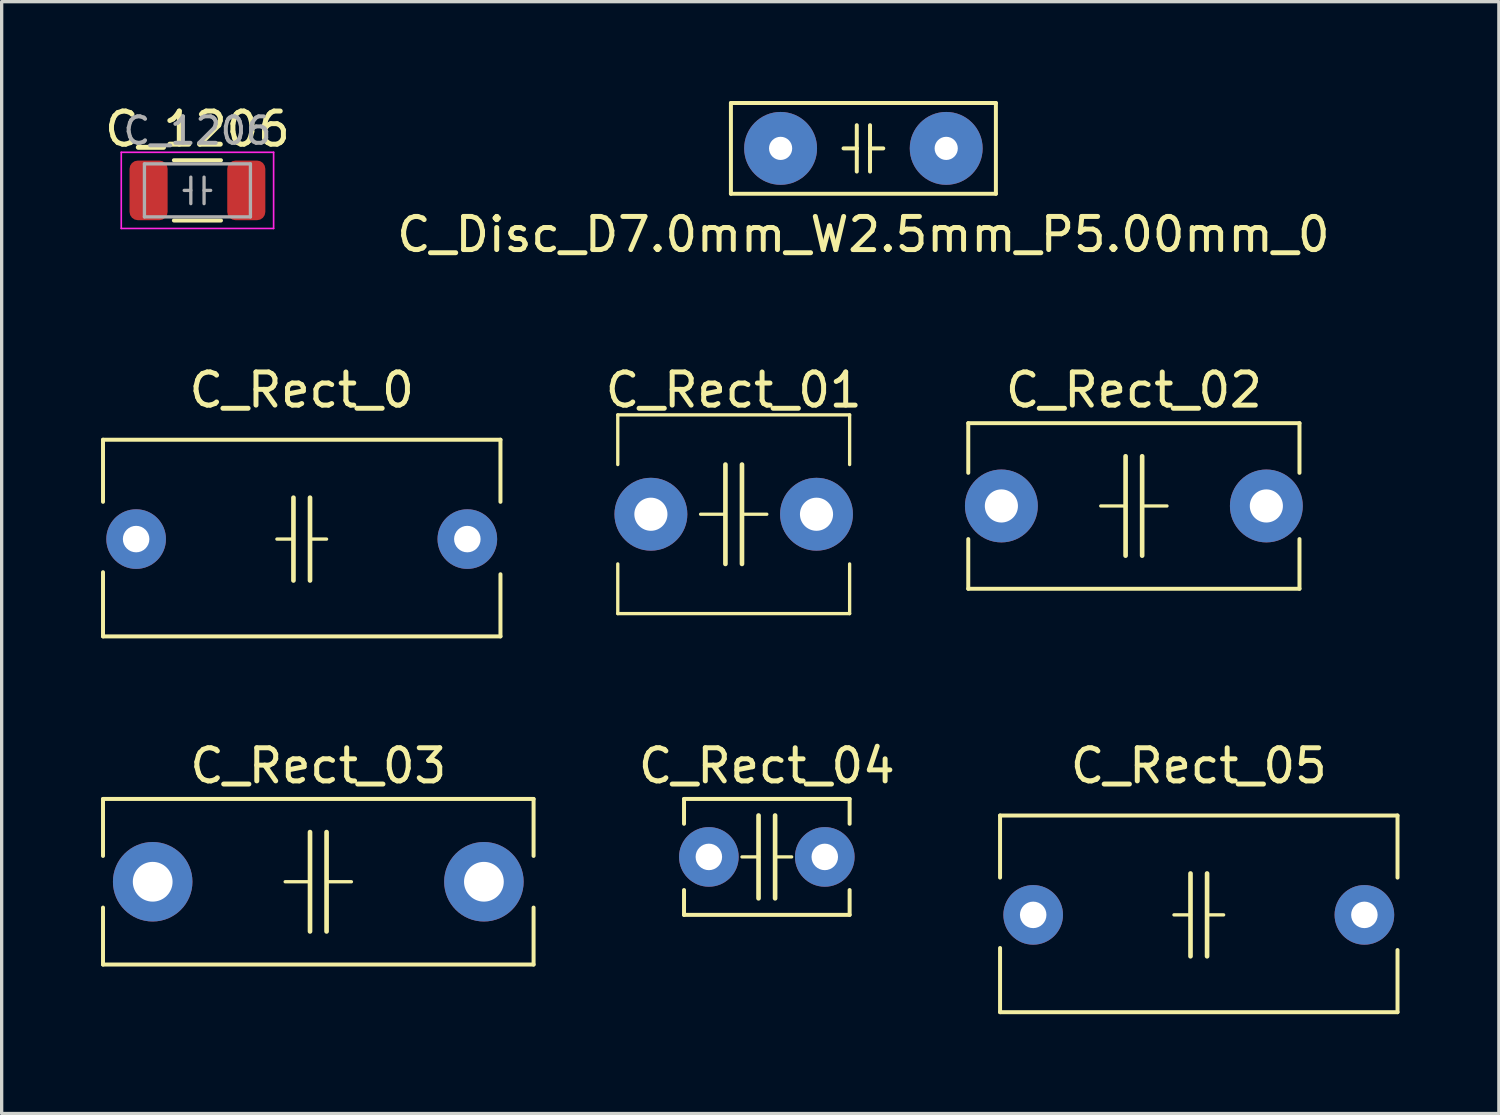
<source format=kicad_pcb>
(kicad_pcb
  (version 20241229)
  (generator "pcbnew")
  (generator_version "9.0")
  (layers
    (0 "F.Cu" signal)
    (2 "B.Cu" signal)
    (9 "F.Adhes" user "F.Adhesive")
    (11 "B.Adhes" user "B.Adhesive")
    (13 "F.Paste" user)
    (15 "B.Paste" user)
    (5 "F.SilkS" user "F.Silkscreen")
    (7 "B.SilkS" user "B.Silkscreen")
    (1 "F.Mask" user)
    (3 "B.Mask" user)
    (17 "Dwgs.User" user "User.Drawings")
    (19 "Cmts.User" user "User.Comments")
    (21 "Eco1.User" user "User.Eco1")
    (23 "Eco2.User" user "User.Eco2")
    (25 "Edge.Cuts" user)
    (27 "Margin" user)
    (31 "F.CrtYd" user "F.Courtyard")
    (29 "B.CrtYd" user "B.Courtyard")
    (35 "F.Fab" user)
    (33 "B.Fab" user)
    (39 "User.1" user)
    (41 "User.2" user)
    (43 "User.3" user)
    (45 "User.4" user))
  (footprint "C_Rect_03"
    (layer "F.Cu")
    (at 6.56 23.572)
    (property "Reference" "C_Rect_03" (at 0 -3.5 0) (layer "F.SilkS") (effects (font (size 1 1) (thickness 0.15))))
    (attr through_hole)
    (fp_line (start -6.5 -2.5) (end -6.5 -0.78) (stroke (width 0.12) (type solid)) (layer "F.SilkS"))
    (fp_line (start -6.5 -2.5) (end 6.5 -2.5) (stroke (width 0.12) (type solid)) (layer "F.SilkS"))
    (fp_line (start -6.5 0.78) (end -6.5 2.5) (stroke (width 0.12) (type solid)) (layer "F.SilkS"))
    (fp_line (start -6.5 2.5) (end 6.5 2.5) (stroke (width 0.12) (type solid)) (layer "F.SilkS"))
    (fp_line (start -1 0) (end -0.25 0) (stroke (width 0.1) (type default)) (layer "F.SilkS"))
    (fp_line (start -0.25 -1.5) (end -0.25 1.5) (stroke (width 0.14) (type default)) (layer "F.SilkS"))
    (fp_line (start 0.25 -1.5) (end 0.25 1.5) (stroke (width 0.14) (type default)) (layer "F.SilkS"))
    (fp_line (start 0.25 0) (end 1 0) (stroke (width 0.1) (type default)) (layer "F.SilkS"))
    (fp_line (start 6.5 -2.5) (end 6.5 -0.78) (stroke (width 0.12) (type solid)) (layer "F.SilkS"))
    (fp_line (start 6.5 0.78) (end 6.5 2.5) (stroke (width 0.12) (type solid)) (layer "F.SilkS"))
    (pad "1" thru_hole circle (at -5 0) (size 2.4 2.4) (drill 1.2) (layers "*.Cu" "*.Mask"))
    (pad "2" thru_hole circle (at 5 0) (size 2.4 2.4) (drill 1.2) (layers "*.Cu" "*.Mask")))
  (footprint "C_Rect_01"
    (layer "F.Cu")
    (at 19.102 12.476)
    (property "Reference" "C_Rect_01" (at 0 -3.75 0) (layer "F.SilkS") (effects (font (size 1 1) (thickness 0.15))))
    (attr through_hole)
    (fp_line (start -3.5 -3) (end 3.5 -3) (stroke (width 0.1) (type default)) (layer "F.SilkS"))
    (fp_line (start -3.5 -1.5) (end -3.5 -3) (stroke (width 0.1) (type default)) (layer "F.SilkS"))
    (fp_line (start -3.5 3) (end -3.5 1.5) (stroke (width 0.1) (type default)) (layer "F.SilkS"))
    (fp_line (start -1 0) (end -0.25 0) (stroke (width 0.1) (type default)) (layer "F.SilkS"))
    (fp_line (start -0.25 -1.5) (end -0.25 1.5) (stroke (width 0.14) (type default)) (layer "F.SilkS"))
    (fp_line (start 0.25 -1.5) (end 0.25 1.5) (stroke (width 0.14) (type default)) (layer "F.SilkS"))
    (fp_line (start 0.25 0) (end 1 0) (stroke (width 0.1) (type default)) (layer "F.SilkS"))
    (fp_line (start 3.5 -3) (end 3.5 -1.5) (stroke (width 0.1) (type default)) (layer "F.SilkS"))
    (fp_line (start 3.5 1.5) (end 3.5 3) (stroke (width 0.1) (type default)) (layer "F.SilkS"))
    (fp_line (start 3.5 3) (end -3.5 3) (stroke (width 0.1) (type default)) (layer "F.SilkS"))
    (pad "1" thru_hole circle (at -2.5 0) (size 2.2 2.2) (drill 1) (layers "*.Cu" "*.Mask"))
    (pad "2" thru_hole circle (at 2.5 0) (size 2.2 2.2) (drill 1) (layers "*.Cu" "*.Mask")))
  (footprint "C_Rect_02"
    (layer "F.Cu")
    (at 31.184 12.226)
    (property "Reference" "C_Rect_02" (at 0 -3.5 0) (layer "F.SilkS") (effects (font (size 1 1) (thickness 0.15))))
    (attr through_hole)
    (fp_line (start -5 -2.5) (end -5 -1) (stroke (width 0.12) (type solid)) (layer "F.SilkS"))
    (fp_line (start -5 -2.5) (end 5 -2.5) (stroke (width 0.12) (type solid)) (layer "F.SilkS"))
    (fp_line (start -5 1) (end -5 2.5) (stroke (width 0.12) (type solid)) (layer "F.SilkS"))
    (fp_line (start -5 2.5) (end 5 2.5) (stroke (width 0.12) (type solid)) (layer "F.SilkS"))
    (fp_line (start -1 0) (end -0.25 0) (stroke (width 0.1) (type default)) (layer "F.SilkS"))
    (fp_line (start -0.25 -1.5) (end -0.25 1.5) (stroke (width 0.14) (type default)) (layer "F.SilkS"))
    (fp_line (start 0.25 -1.5) (end 0.25 1.5) (stroke (width 0.14) (type default)) (layer "F.SilkS"))
    (fp_line (start 0.25 0) (end 1 0) (stroke (width 0.1) (type default)) (layer "F.SilkS"))
    (fp_line (start 5 -2.5) (end 5 -1) (stroke (width 0.12) (type solid)) (layer "F.SilkS"))
    (fp_line (start 5 1) (end 5 2.5) (stroke (width 0.12) (type solid)) (layer "F.SilkS"))
    (pad "1" thru_hole circle (at -4 0) (size 2.2 2.2) (drill 1) (layers "*.Cu" "*.Mask"))
    (pad "2" thru_hole circle (at 4 0) (size 2.2 2.2) (drill 1) (layers "*.Cu" "*.Mask")))
  (footprint "C_Rect_0"
    (layer "F.Cu")
    (at 6.06 13.226)
    (property "Reference" "C_Rect_0" (at 0 -4.5 0) (layer "F.SilkS") (effects (font (size 1 1) (thickness 0.15))))
    (attr through_hole)
    (fp_line (start -6 -3) (end -6 -1.125) (stroke (width 0.12) (type solid)) (layer "F.SilkS"))
    (fp_line (start -6 -3) (end 6 -3) (stroke (width 0.12) (type solid)) (layer "F.SilkS"))
    (fp_line (start -6 1) (end -6 2.938) (stroke (width 0.12) (type solid)) (layer "F.SilkS"))
    (fp_line (start -6 2.938) (end 6 2.938) (stroke (width 0.12) (type solid)) (layer "F.SilkS"))
    (fp_line (start -0.25 -1.25) (end -0.25 1.25) (stroke (width 0.14) (type default)) (layer "F.SilkS"))
    (fp_line (start -0.25 0) (end -0.75 0) (stroke (width 0.1) (type default)) (layer "F.SilkS"))
    (fp_line (start 0.25 -1.25) (end 0.25 1.25) (stroke (width 0.14) (type default)) (layer "F.SilkS"))
    (fp_line (start 0.75 0) (end 0.25 0) (stroke (width 0.1) (type default)) (layer "F.SilkS"))
    (fp_line (start 6 -3) (end 6 -1.125) (stroke (width 0.12) (type solid)) (layer "F.SilkS"))
    (fp_line (start 6 1.062) (end 6 2.938) (stroke (width 0.12) (type solid)) (layer "F.SilkS"))
    (pad "1" thru_hole circle (at -5 0) (size 1.8 1.8) (drill 0.8) (layers "*.Cu" "*.Mask"))
    (pad "2" thru_hole circle (at 5 0) (size 1.8 1.8) (drill 0.8) (layers "*.Cu" "*.Mask")))
  (footprint "C_Rect_04"
    (layer "F.Cu")
    (at 20.102 22.822)
    (property "Reference" "C_Rect_04" (at 0 -2.75 0) (layer "F.SilkS") (effects (font (size 1 1) (thickness 0.15))))
    (attr through_hole)
    (fp_line (start -2.5 -1.75) (end -2.5 -1) (stroke (width 0.12) (type solid)) (layer "F.SilkS"))
    (fp_line (start -2.5 -1.75) (end 2.5 -1.75) (stroke (width 0.12) (type solid)) (layer "F.SilkS"))
    (fp_line (start -2.5 1) (end -2.5 1.75) (stroke (width 0.12) (type solid)) (layer "F.SilkS"))
    (fp_line (start -2.5 1.75) (end 2.5 1.75) (stroke (width 0.12) (type solid)) (layer "F.SilkS"))
    (fp_line (start -0.25 -1.25) (end -0.25 1.25) (stroke (width 0.14) (type default)) (layer "F.SilkS"))
    (fp_line (start -0.25 0) (end -0.75 0) (stroke (width 0.1) (type default)) (layer "F.SilkS"))
    (fp_line (start 0.25 -1.25) (end 0.25 1.25) (stroke (width 0.14) (type default)) (layer "F.SilkS"))
    (fp_line (start 0.75 0) (end 0.25 0) (stroke (width 0.1) (type default)) (layer "F.SilkS"))
    (fp_line (start 2.5 -1.75) (end 2.5 -1) (stroke (width 0.12) (type solid)) (layer "F.SilkS"))
    (fp_line (start 2.5 1) (end 2.5 1.75) (stroke (width 0.12) (type solid)) (layer "F.SilkS"))
    (pad "1" thru_hole circle (at -1.75 0) (size 1.8 1.8) (drill 0.8) (layers "*.Cu" "*.Mask"))
    (pad "2" thru_hole circle (at 1.75 0) (size 1.8 1.8) (drill 0.8) (layers "*.Cu" "*.Mask")))
  (footprint "C_Disc_D7.0mm_W2.5mm_P5.00mm_0"
    (layer "F.Cu")
    (at 23.018 1.43)
    (property "Reference" "C_Disc_D7.0mm_W2.5mm_P5.00mm_0" (at 0 2.6 180) (layer "F.SilkS") (effects (font (size 1 1) (thickness 0.15))))
    (attr through_hole)
    (fp_line (start -4 -1.37) (end -4 1.37) (stroke (width 0.12) (type solid)) (layer "F.SilkS"))
    (fp_line (start -4 -1.37) (end 4 -1.37) (stroke (width 0.12) (type solid)) (layer "F.SilkS"))
    (fp_line (start -4 1.37) (end 4 1.37) (stroke (width 0.12) (type solid)) (layer "F.SilkS"))
    (fp_line (start -0.6 0) (end -0.2 0) (stroke (width 0.12) (type solid)) (layer "F.SilkS"))
    (fp_line (start -0.2 -0.7) (end -0.2 0) (stroke (width 0.12) (type solid)) (layer "F.SilkS"))
    (fp_line (start -0.2 0) (end -0.2 0.7) (stroke (width 0.12) (type solid)) (layer "F.SilkS"))
    (fp_line (start 0.2 -0.7) (end 0.2 0) (stroke (width 0.12) (type solid)) (layer "F.SilkS"))
    (fp_line (start 0.2 0) (end 0.2 0.7) (stroke (width 0.12) (type solid)) (layer "F.SilkS"))
    (fp_line (start 0.2 0) (end 0.6 0) (stroke (width 0.12) (type solid)) (layer "F.SilkS"))
    (fp_line (start 4 -1.37) (end 4 1.37) (stroke (width 0.12) (type solid)) (layer "F.SilkS"))
    (pad "1" thru_hole circle (at -2.5 0) (size 2.2 2.2) (drill 0.7) (layers "*.Cu" "*.Mask"))
    (pad "2" thru_hole circle (at 2.5 0) (size 2.2 2.2) (drill 0.7) (layers "*.Cu" "*.Mask")))
  (footprint "C_1206"
    (layer "F.Cu")
    (at 2.911 2.698)
    (property "Reference" "C_1206" (at 0 -1.85 0) (layer "F.SilkS") (effects (font (size 1 1) (thickness 0.15))))
    (attr smd)
    (fp_line (start -0.711 -0.91) (end 0.711 -0.91) (stroke (width 0.12) (type solid)) (layer "F.SilkS"))
    (fp_line (start -0.711 0.91) (end 0.711 0.91) (stroke (width 0.12) (type solid)) (layer "F.SilkS"))
    (fp_line (start -2.3 -1.15) (end 2.3 -1.15) (stroke (width 0.05) (type solid)) (layer "F.CrtYd"))
    (fp_line (start -2.3 1.15) (end -2.3 -1.15) (stroke (width 0.05) (type solid)) (layer "F.CrtYd"))
    (fp_line (start 2.3 -1.15) (end 2.3 1.15) (stroke (width 0.05) (type solid)) (layer "F.CrtYd"))
    (fp_line (start 2.3 1.15) (end -2.3 1.15) (stroke (width 0.05) (type solid)) (layer "F.CrtYd"))
    (fp_line (start -1.6 -0.8) (end 1.6 -0.8) (stroke (width 0.1) (type solid)) (layer "F.Fab"))
    (fp_line (start -1.6 0.8) (end -1.6 -0.8) (stroke (width 0.1) (type solid)) (layer "F.Fab"))
    (fp_line (start -0.4 0) (end -0.2 0) (stroke (width 0.1) (type default)) (layer "F.Fab"))
    (fp_line (start -0.2 -0.4) (end -0.2 0.4) (stroke (width 0.1) (type default)) (layer "F.Fab"))
    (fp_line (start 0.2 -0.4) (end 0.2 0.4) (stroke (width 0.1) (type default)) (layer "F.Fab"))
    (fp_line (start 0.2 0) (end 0.4 0) (stroke (width 0.1) (type default)) (layer "F.Fab"))
    (fp_line (start 1.6 -0.8) (end 1.6 0.8) (stroke (width 0.1) (type solid)) (layer "F.Fab"))
    (fp_line (start 1.6 0.8) (end -1.6 0.8) (stroke (width 0.1) (type solid)) (layer "F.Fab"))
    (fp_text user "${REFERENCE}" (at 0 -1.8 0) (layer "F.Fab") (effects (font (size 0.8 0.8) (thickness 0.12))))
    (pad "1" smd roundrect (at -1.475 0) (size 1.15 1.8) (layers "F.Cu" "F.Mask" "F.Paste") (roundrect_rratio 0.217))
    (pad "2" smd roundrect (at 1.475 0) (size 1.15 1.8) (layers "F.Cu" "F.Mask" "F.Paste") (roundrect_rratio 0.217)))
  (footprint "C_Rect_05"
    (layer "F.Cu")
    (at 33.144 24.572)
    (property "Reference" "C_Rect_05" (at 0 -4.5 0) (layer "F.SilkS") (effects (font (size 1 1) (thickness 0.15))))
    (attr through_hole)
    (fp_line (start -6 -3) (end -6 -1.125) (stroke (width 0.12) (type solid)) (layer "F.SilkS"))
    (fp_line (start -6 -3) (end 6 -3) (stroke (width 0.12) (type solid)) (layer "F.SilkS"))
    (fp_line (start -6 1) (end -6 2.938) (stroke (width 0.12) (type solid)) (layer "F.SilkS"))
    (fp_line (start -6 2.938) (end 6 2.938) (stroke (width 0.12) (type solid)) (layer "F.SilkS"))
    (fp_line (start -0.25 -1.25) (end -0.25 1.25) (stroke (width 0.14) (type default)) (layer "F.SilkS"))
    (fp_line (start -0.25 0) (end -0.75 0) (stroke (width 0.1) (type default)) (layer "F.SilkS"))
    (fp_line (start 0.25 -1.25) (end 0.25 1.25) (stroke (width 0.14) (type default)) (layer "F.SilkS"))
    (fp_line (start 0.75 0) (end 0.25 0) (stroke (width 0.1) (type default)) (layer "F.SilkS"))
    (fp_line (start 6 -3) (end 6 -1.125) (stroke (width 0.12) (type solid)) (layer "F.SilkS"))
    (fp_line (start 6 1.062) (end 6 2.938) (stroke (width 0.12) (type solid)) (layer "F.SilkS"))
    (pad "1" thru_hole circle (at -5 0) (size 1.8 1.8) (drill 0.8) (layers "*.Cu" "*.Mask"))
    (pad "2" thru_hole circle (at 5 0) (size 1.8 1.8) (drill 0.8) (layers "*.Cu" "*.Mask")))
  (gr_rect
    (start -3 -3)
    (end 42.204 30.57)
    (stroke (width 0.1) (type default))
    (fill no)
    (layer "Edge.Cuts")))
</source>
